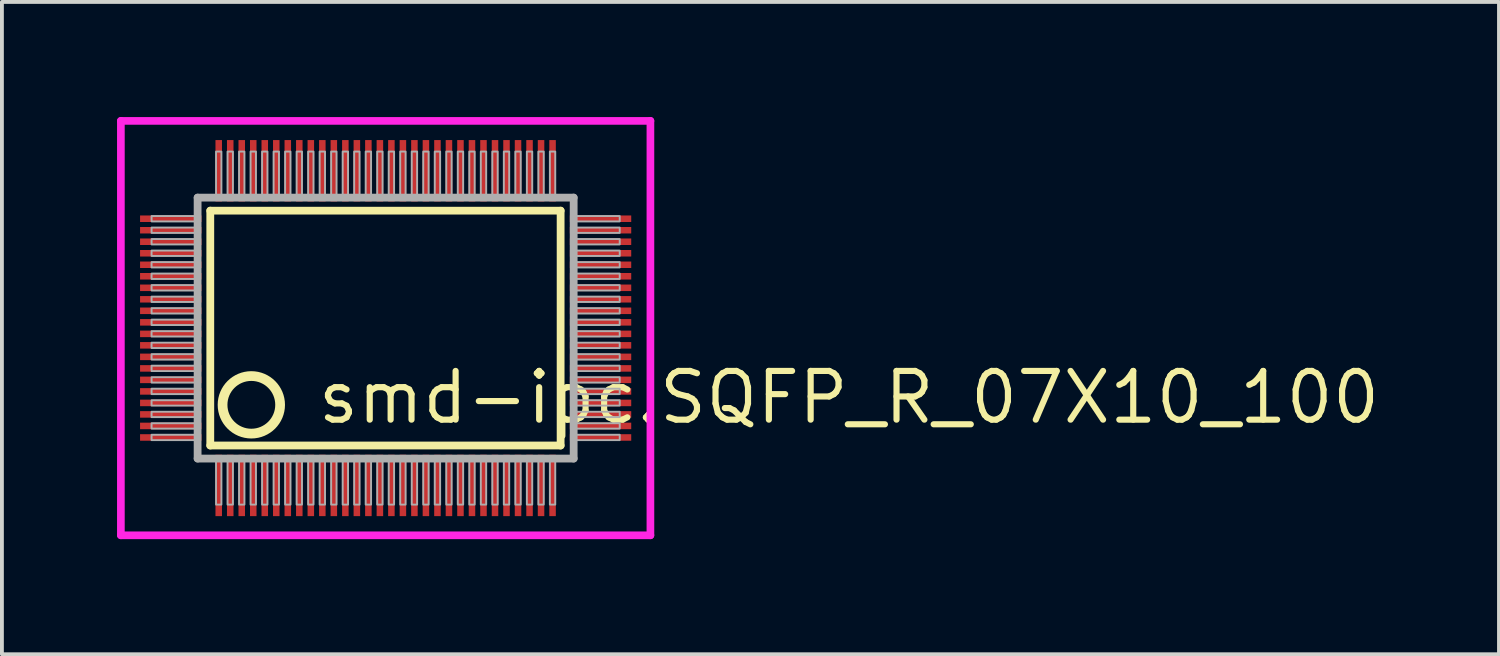
<source format=kicad_pcb>
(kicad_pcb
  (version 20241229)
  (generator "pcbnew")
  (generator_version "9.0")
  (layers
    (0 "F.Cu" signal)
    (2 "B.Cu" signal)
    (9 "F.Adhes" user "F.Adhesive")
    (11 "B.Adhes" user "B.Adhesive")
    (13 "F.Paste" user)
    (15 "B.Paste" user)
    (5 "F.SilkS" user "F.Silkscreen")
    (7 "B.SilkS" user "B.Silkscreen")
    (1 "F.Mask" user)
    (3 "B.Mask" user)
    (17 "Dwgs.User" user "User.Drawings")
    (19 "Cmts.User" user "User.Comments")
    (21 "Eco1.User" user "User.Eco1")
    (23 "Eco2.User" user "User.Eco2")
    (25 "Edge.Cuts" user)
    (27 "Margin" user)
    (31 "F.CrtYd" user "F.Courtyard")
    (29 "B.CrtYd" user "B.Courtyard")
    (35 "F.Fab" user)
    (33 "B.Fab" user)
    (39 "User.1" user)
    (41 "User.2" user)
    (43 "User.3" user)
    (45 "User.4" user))
  (footprint "smd-ipc.SQFP_R_07X10_100"
    (layer "F.Cu")
    (at 7 5.5)
    (property "Reference" "smd-ipc.SQFP_R_07X10_100" (at -1.85 2.55 0) (layer "F.SilkS") (effects (font (size 1.27 1.27) (thickness 0.16)) (justify left bottom)))
    (attr smd)
    (fp_line (start -4.57 -3.06) (end 4.56 -3.06) (stroke (width 0.203) (type default)) (layer "F.SilkS"))
    (fp_line (start -4.57 3.06) (end -4.57 -3.06) (stroke (width 0.203) (type default)) (layer "F.SilkS"))
    (fp_line (start 4.56 -3.06) (end 4.56 3.06) (stroke (width 0.203) (type default)) (layer "F.SilkS"))
    (fp_line (start 4.56 3.06) (end -4.57 3.06) (stroke (width 0.203) (type default)) (layer "F.SilkS"))
    (fp_circle (center -3.5 2) (end -2.75 2) (stroke (width 0.254) (type default)) (fill no) (layer "F.SilkS"))
    (fp_line (start -6.9 -5.4) (end 6.9 -5.4) (stroke (width 0.2) (type default)) (layer "F.CrtYd"))
    (fp_line (start -6.9 5.4) (end -6.9 -5.4) (stroke (width 0.2) (type default)) (layer "F.CrtYd"))
    (fp_line (start 6.9 -5.4) (end 6.9 5.4) (stroke (width 0.2) (type default)) (layer "F.CrtYd"))
    (fp_line (start 6.9 5.4) (end -6.9 5.4) (stroke (width 0.2) (type default)) (layer "F.CrtYd"))
    (fp_line (start -4.9 -3.4) (end -4.9 3.4) (stroke (width 0.203) (type default)) (layer "F.Fab"))
    (fp_line (start -4.9 3.4) (end 4.9 3.4) (stroke (width 0.203) (type default)) (layer "F.Fab"))
    (fp_line (start 4.9 -3.4) (end -4.9 -3.4) (stroke (width 0.203) (type default)) (layer "F.Fab"))
    (fp_line (start 4.9 3.4) (end 4.9 -3.4) (stroke (width 0.203) (type default)) (layer "F.Fab"))
    (fp_rect (start -6.1 -2.78) (end -4.95 -2.92) (stroke (width 0.05) (type default)) (fill no) (layer "F.Fab"))
    (fp_rect (start -6.1 -2.48) (end -4.95 -2.62) (stroke (width 0.05) (type default)) (fill no) (layer "F.Fab"))
    (fp_rect (start -6.1 -2.18) (end -4.95 -2.32) (stroke (width 0.05) (type default)) (fill no) (layer "F.Fab"))
    (fp_rect (start -6.1 -1.88) (end -4.95 -2.02) (stroke (width 0.05) (type default)) (fill no) (layer "F.Fab"))
    (fp_rect (start -6.1 -1.58) (end -4.95 -1.72) (stroke (width 0.05) (type default)) (fill no) (layer "F.Fab"))
    (fp_rect (start -6.1 -1.28) (end -4.95 -1.42) (stroke (width 0.05) (type default)) (fill no) (layer "F.Fab"))
    (fp_rect (start -6.1 -0.98) (end -4.95 -1.12) (stroke (width 0.05) (type default)) (fill no) (layer "F.Fab"))
    (fp_rect (start -6.1 -0.68) (end -4.95 -0.82) (stroke (width 0.05) (type default)) (fill no) (layer "F.Fab"))
    (fp_rect (start -6.1 -0.38) (end -4.95 -0.52) (stroke (width 0.05) (type default)) (fill no) (layer "F.Fab"))
    (fp_rect (start -6.1 -0.08) (end -4.95 -0.22) (stroke (width 0.05) (type default)) (fill no) (layer "F.Fab"))
    (fp_rect (start -6.1 0.22) (end -4.95 0.08) (stroke (width 0.05) (type default)) (fill no) (layer "F.Fab"))
    (fp_rect (start -6.1 0.52) (end -4.95 0.38) (stroke (width 0.05) (type default)) (fill no) (layer "F.Fab"))
    (fp_rect (start -6.1 0.82) (end -4.95 0.68) (stroke (width 0.05) (type default)) (fill no) (layer "F.Fab"))
    (fp_rect (start -6.1 1.12) (end -4.95 0.98) (stroke (width 0.05) (type default)) (fill no) (layer "F.Fab"))
    (fp_rect (start -6.1 1.42) (end -4.95 1.28) (stroke (width 0.05) (type default)) (fill no) (layer "F.Fab"))
    (fp_rect (start -6.1 1.72) (end -4.95 1.58) (stroke (width 0.05) (type default)) (fill no) (layer "F.Fab"))
    (fp_rect (start -6.1 2.02) (end -4.95 1.88) (stroke (width 0.05) (type default)) (fill no) (layer "F.Fab"))
    (fp_rect (start -6.1 2.32) (end -4.95 2.18) (stroke (width 0.05) (type default)) (fill no) (layer "F.Fab"))
    (fp_rect (start -6.1 2.62) (end -4.95 2.48) (stroke (width 0.05) (type default)) (fill no) (layer "F.Fab"))
    (fp_rect (start -6.1 2.92) (end -4.95 2.78) (stroke (width 0.05) (type default)) (fill no) (layer "F.Fab"))
    (fp_rect (start -4.42 -3.45) (end -4.28 -4.6) (stroke (width 0.05) (type default)) (fill no) (layer "F.Fab"))
    (fp_rect (start -4.42 4.6) (end -4.28 3.45) (stroke (width 0.05) (type default)) (fill no) (layer "F.Fab"))
    (fp_rect (start -4.12 -3.45) (end -3.98 -4.6) (stroke (width 0.05) (type default)) (fill no) (layer "F.Fab"))
    (fp_rect (start -4.12 4.6) (end -3.98 3.45) (stroke (width 0.05) (type default)) (fill no) (layer "F.Fab"))
    (fp_rect (start -3.82 -3.45) (end -3.68 -4.6) (stroke (width 0.05) (type default)) (fill no) (layer "F.Fab"))
    (fp_rect (start -3.82 4.6) (end -3.68 3.45) (stroke (width 0.05) (type default)) (fill no) (layer "F.Fab"))
    (fp_rect (start -3.52 -3.45) (end -3.38 -4.6) (stroke (width 0.05) (type default)) (fill no) (layer "F.Fab"))
    (fp_rect (start -3.52 4.6) (end -3.38 3.45) (stroke (width 0.05) (type default)) (fill no) (layer "F.Fab"))
    (fp_rect (start -3.22 -3.45) (end -3.08 -4.6) (stroke (width 0.05) (type default)) (fill no) (layer "F.Fab"))
    (fp_rect (start -3.22 4.6) (end -3.08 3.45) (stroke (width 0.05) (type default)) (fill no) (layer "F.Fab"))
    (fp_rect (start -2.92 -3.45) (end -2.78 -4.6) (stroke (width 0.05) (type default)) (fill no) (layer "F.Fab"))
    (fp_rect (start -2.92 4.6) (end -2.78 3.45) (stroke (width 0.05) (type default)) (fill no) (layer "F.Fab"))
    (fp_rect (start -2.62 -3.45) (end -2.48 -4.6) (stroke (width 0.05) (type default)) (fill no) (layer "F.Fab"))
    (fp_rect (start -2.62 4.6) (end -2.48 3.45) (stroke (width 0.05) (type default)) (fill no) (layer "F.Fab"))
    (fp_rect (start -2.32 -3.45) (end -2.18 -4.6) (stroke (width 0.05) (type default)) (fill no) (layer "F.Fab"))
    (fp_rect (start -2.32 4.6) (end -2.18 3.45) (stroke (width 0.05) (type default)) (fill no) (layer "F.Fab"))
    (fp_rect (start -2.02 -3.45) (end -1.88 -4.6) (stroke (width 0.05) (type default)) (fill no) (layer "F.Fab"))
    (fp_rect (start -2.02 4.6) (end -1.88 3.45) (stroke (width 0.05) (type default)) (fill no) (layer "F.Fab"))
    (fp_rect (start -1.72 -3.45) (end -1.58 -4.6) (stroke (width 0.05) (type default)) (fill no) (layer "F.Fab"))
    (fp_rect (start -1.72 4.6) (end -1.58 3.45) (stroke (width 0.05) (type default)) (fill no) (layer "F.Fab"))
    (fp_rect (start -1.42 -3.45) (end -1.28 -4.6) (stroke (width 0.05) (type default)) (fill no) (layer "F.Fab"))
    (fp_rect (start -1.42 4.6) (end -1.28 3.45) (stroke (width 0.05) (type default)) (fill no) (layer "F.Fab"))
    (fp_rect (start -1.12 -3.45) (end -0.98 -4.6) (stroke (width 0.05) (type default)) (fill no) (layer "F.Fab"))
    (fp_rect (start -1.12 4.6) (end -0.98 3.45) (stroke (width 0.05) (type default)) (fill no) (layer "F.Fab"))
    (fp_rect (start -0.82 -3.45) (end -0.68 -4.6) (stroke (width 0.05) (type default)) (fill no) (layer "F.Fab"))
    (fp_rect (start -0.82 4.6) (end -0.68 3.45) (stroke (width 0.05) (type default)) (fill no) (layer "F.Fab"))
    (fp_rect (start -0.52 -3.45) (end -0.38 -4.6) (stroke (width 0.05) (type default)) (fill no) (layer "F.Fab"))
    (fp_rect (start -0.52 4.6) (end -0.38 3.45) (stroke (width 0.05) (type default)) (fill no) (layer "F.Fab"))
    (fp_rect (start -0.22 -3.45) (end -0.08 -4.6) (stroke (width 0.05) (type default)) (fill no) (layer "F.Fab"))
    (fp_rect (start -0.22 4.6) (end -0.08 3.45) (stroke (width 0.05) (type default)) (fill no) (layer "F.Fab"))
    (fp_rect (start 0.08 -3.45) (end 0.22 -4.6) (stroke (width 0.05) (type default)) (fill no) (layer "F.Fab"))
    (fp_rect (start 0.08 4.6) (end 0.22 3.45) (stroke (width 0.05) (type default)) (fill no) (layer "F.Fab"))
    (fp_rect (start 0.38 -3.45) (end 0.52 -4.6) (stroke (width 0.05) (type default)) (fill no) (layer "F.Fab"))
    (fp_rect (start 0.38 4.6) (end 0.52 3.45) (stroke (width 0.05) (type default)) (fill no) (layer "F.Fab"))
    (fp_rect (start 0.68 -3.45) (end 0.82 -4.6) (stroke (width 0.05) (type default)) (fill no) (layer "F.Fab"))
    (fp_rect (start 0.68 4.6) (end 0.82 3.45) (stroke (width 0.05) (type default)) (fill no) (layer "F.Fab"))
    (fp_rect (start 0.98 -3.45) (end 1.12 -4.6) (stroke (width 0.05) (type default)) (fill no) (layer "F.Fab"))
    (fp_rect (start 0.98 4.6) (end 1.12 3.45) (stroke (width 0.05) (type default)) (fill no) (layer "F.Fab"))
    (fp_rect (start 1.28 -3.45) (end 1.42 -4.6) (stroke (width 0.05) (type default)) (fill no) (layer "F.Fab"))
    (fp_rect (start 1.28 4.6) (end 1.42 3.45) (stroke (width 0.05) (type default)) (fill no) (layer "F.Fab"))
    (fp_rect (start 1.58 -3.45) (end 1.72 -4.6) (stroke (width 0.05) (type default)) (fill no) (layer "F.Fab"))
    (fp_rect (start 1.58 4.6) (end 1.72 3.45) (stroke (width 0.05) (type default)) (fill no) (layer "F.Fab"))
    (fp_rect (start 1.88 -3.45) (end 2.02 -4.6) (stroke (width 0.05) (type default)) (fill no) (layer "F.Fab"))
    (fp_rect (start 1.88 4.6) (end 2.02 3.45) (stroke (width 0.05) (type default)) (fill no) (layer "F.Fab"))
    (fp_rect (start 2.18 -3.45) (end 2.32 -4.6) (stroke (width 0.05) (type default)) (fill no) (layer "F.Fab"))
    (fp_rect (start 2.18 4.6) (end 2.32 3.45) (stroke (width 0.05) (type default)) (fill no) (layer "F.Fab"))
    (fp_rect (start 2.48 -3.45) (end 2.62 -4.6) (stroke (width 0.05) (type default)) (fill no) (layer "F.Fab"))
    (fp_rect (start 2.48 4.6) (end 2.62 3.45) (stroke (width 0.05) (type default)) (fill no) (layer "F.Fab"))
    (fp_rect (start 2.78 -3.45) (end 2.92 -4.6) (stroke (width 0.05) (type default)) (fill no) (layer "F.Fab"))
    (fp_rect (start 2.78 4.6) (end 2.92 3.45) (stroke (width 0.05) (type default)) (fill no) (layer "F.Fab"))
    (fp_rect (start 3.08 -3.45) (end 3.22 -4.6) (stroke (width 0.05) (type default)) (fill no) (layer "F.Fab"))
    (fp_rect (start 3.08 4.6) (end 3.22 3.45) (stroke (width 0.05) (type default)) (fill no) (layer "F.Fab"))
    (fp_rect (start 3.38 -3.45) (end 3.52 -4.6) (stroke (width 0.05) (type default)) (fill no) (layer "F.Fab"))
    (fp_rect (start 3.38 4.6) (end 3.52 3.45) (stroke (width 0.05) (type default)) (fill no) (layer "F.Fab"))
    (fp_rect (start 3.68 -3.45) (end 3.82 -4.6) (stroke (width 0.05) (type default)) (fill no) (layer "F.Fab"))
    (fp_rect (start 3.68 4.6) (end 3.82 3.45) (stroke (width 0.05) (type default)) (fill no) (layer "F.Fab"))
    (fp_rect (start 3.98 -3.45) (end 4.12 -4.6) (stroke (width 0.05) (type default)) (fill no) (layer "F.Fab"))
    (fp_rect (start 3.98 4.6) (end 4.12 3.45) (stroke (width 0.05) (type default)) (fill no) (layer "F.Fab"))
    (fp_rect (start 4.28 -3.45) (end 4.42 -4.6) (stroke (width 0.05) (type default)) (fill no) (layer "F.Fab"))
    (fp_rect (start 4.28 4.6) (end 4.42 3.45) (stroke (width 0.05) (type default)) (fill no) (layer "F.Fab"))
    (fp_rect (start 4.95 -2.78) (end 6.1 -2.92) (stroke (width 0.05) (type default)) (fill no) (layer "F.Fab"))
    (fp_rect (start 4.95 -2.48) (end 6.1 -2.62) (stroke (width 0.05) (type default)) (fill no) (layer "F.Fab"))
    (fp_rect (start 4.95 -2.18) (end 6.1 -2.32) (stroke (width 0.05) (type default)) (fill no) (layer "F.Fab"))
    (fp_rect (start 4.95 -1.88) (end 6.1 -2.02) (stroke (width 0.05) (type default)) (fill no) (layer "F.Fab"))
    (fp_rect (start 4.95 -1.58) (end 6.1 -1.72) (stroke (width 0.05) (type default)) (fill no) (layer "F.Fab"))
    (fp_rect (start 4.95 -1.28) (end 6.1 -1.42) (stroke (width 0.05) (type default)) (fill no) (layer "F.Fab"))
    (fp_rect (start 4.95 -0.98) (end 6.1 -1.12) (stroke (width 0.05) (type default)) (fill no) (layer "F.Fab"))
    (fp_rect (start 4.95 -0.68) (end 6.1 -0.82) (stroke (width 0.05) (type default)) (fill no) (layer "F.Fab"))
    (fp_rect (start 4.95 -0.38) (end 6.1 -0.52) (stroke (width 0.05) (type default)) (fill no) (layer "F.Fab"))
    (fp_rect (start 4.95 -0.08) (end 6.1 -0.22) (stroke (width 0.05) (type default)) (fill no) (layer "F.Fab"))
    (fp_rect (start 4.95 0.22) (end 6.1 0.08) (stroke (width 0.05) (type default)) (fill no) (layer "F.Fab"))
    (fp_rect (start 4.95 0.52) (end 6.1 0.38) (stroke (width 0.05) (type default)) (fill no) (layer "F.Fab"))
    (fp_rect (start 4.95 0.82) (end 6.1 0.68) (stroke (width 0.05) (type default)) (fill no) (layer "F.Fab"))
    (fp_rect (start 4.95 1.12) (end 6.1 0.98) (stroke (width 0.05) (type default)) (fill no) (layer "F.Fab"))
    (fp_rect (start 4.95 1.42) (end 6.1 1.28) (stroke (width 0.05) (type default)) (fill no) (layer "F.Fab"))
    (fp_rect (start 4.95 1.72) (end 6.1 1.58) (stroke (width 0.05) (type default)) (fill no) (layer "F.Fab"))
    (fp_rect (start 4.95 2.02) (end 6.1 1.88) (stroke (width 0.05) (type default)) (fill no) (layer "F.Fab"))
    (fp_rect (start 4.95 2.32) (end 6.1 2.18) (stroke (width 0.05) (type default)) (fill no) (layer "F.Fab"))
    (fp_rect (start 4.95 2.62) (end 6.1 2.48) (stroke (width 0.05) (type default)) (fill no) (layer "F.Fab"))
    (fp_rect (start 4.95 2.92) (end 6.1 2.78) (stroke (width 0.05) (type default)) (fill no) (layer "F.Fab"))
    (pad "1" smd roundrect (at -4.35 4.1) (size 0.17 1.6) (layers "F.Cu" "F.Mask" "F.Paste") (roundrect_rratio 0.01))
    (pad "2" smd roundrect (at -4.05 4.1) (size 0.17 1.6) (layers "F.Cu" "F.Mask" "F.Paste") (roundrect_rratio 0.01))
    (pad "3" smd roundrect (at -3.75 4.1) (size 0.17 1.6) (layers "F.Cu" "F.Mask" "F.Paste") (roundrect_rratio 0.01))
    (pad "4" smd roundrect (at -3.45 4.1) (size 0.17 1.6) (layers "F.Cu" "F.Mask" "F.Paste") (roundrect_rratio 0.01))
    (pad "5" smd roundrect (at -3.15 4.1) (size 0.17 1.6) (layers "F.Cu" "F.Mask" "F.Paste") (roundrect_rratio 0.01))
    (pad "6" smd roundrect (at -2.85 4.1) (size 0.17 1.6) (layers "F.Cu" "F.Mask" "F.Paste") (roundrect_rratio 0.01))
    (pad "7" smd roundrect (at -2.55 4.1) (size 0.17 1.6) (layers "F.Cu" "F.Mask" "F.Paste") (roundrect_rratio 0.01))
    (pad "8" smd roundrect (at -2.25 4.1) (size 0.17 1.6) (layers "F.Cu" "F.Mask" "F.Paste") (roundrect_rratio 0.01))
    (pad "9" smd roundrect (at -1.95 4.1) (size 0.17 1.6) (layers "F.Cu" "F.Mask" "F.Paste") (roundrect_rratio 0.01))
    (pad "10" smd roundrect (at -1.65 4.1) (size 0.17 1.6) (layers "F.Cu" "F.Mask" "F.Paste") (roundrect_rratio 0.01))
    (pad "11" smd roundrect (at -1.35 4.1) (size 0.17 1.6) (layers "F.Cu" "F.Mask" "F.Paste") (roundrect_rratio 0.01))
    (pad "12" smd roundrect (at -1.05 4.1) (size 0.17 1.6) (layers "F.Cu" "F.Mask" "F.Paste") (roundrect_rratio 0.01))
    (pad "13" smd roundrect (at -0.75 4.1) (size 0.17 1.6) (layers "F.Cu" "F.Mask" "F.Paste") (roundrect_rratio 0.01))
    (pad "14" smd roundrect (at -0.45 4.1) (size 0.17 1.6) (layers "F.Cu" "F.Mask" "F.Paste") (roundrect_rratio 0.01))
    (pad "15" smd roundrect (at -0.15 4.1) (size 0.17 1.6) (layers "F.Cu" "F.Mask" "F.Paste") (roundrect_rratio 0.01))
    (pad "16" smd roundrect (at 0.15 4.1) (size 0.17 1.6) (layers "F.Cu" "F.Mask" "F.Paste") (roundrect_rratio 0.01))
    (pad "17" smd roundrect (at 0.45 4.1) (size 0.17 1.6) (layers "F.Cu" "F.Mask" "F.Paste") (roundrect_rratio 0.01))
    (pad "18" smd roundrect (at 0.75 4.1) (size 0.17 1.6) (layers "F.Cu" "F.Mask" "F.Paste") (roundrect_rratio 0.01))
    (pad "19" smd roundrect (at 1.05 4.1) (size 0.17 1.6) (layers "F.Cu" "F.Mask" "F.Paste") (roundrect_rratio 0.01))
    (pad "20" smd roundrect (at 1.35 4.1) (size 0.17 1.6) (layers "F.Cu" "F.Mask" "F.Paste") (roundrect_rratio 0.01))
    (pad "21" smd roundrect (at 1.65 4.1) (size 0.17 1.6) (layers "F.Cu" "F.Mask" "F.Paste") (roundrect_rratio 0.01))
    (pad "22" smd roundrect (at 1.95 4.1) (size 0.17 1.6) (layers "F.Cu" "F.Mask" "F.Paste") (roundrect_rratio 0.01))
    (pad "23" smd roundrect (at 2.25 4.1) (size 0.17 1.6) (layers "F.Cu" "F.Mask" "F.Paste") (roundrect_rratio 0.01))
    (pad "24" smd roundrect (at 2.55 4.1) (size 0.17 1.6) (layers "F.Cu" "F.Mask" "F.Paste") (roundrect_rratio 0.01))
    (pad "25" smd roundrect (at 2.85 4.1) (size 0.17 1.6) (layers "F.Cu" "F.Mask" "F.Paste") (roundrect_rratio 0.01))
    (pad "26" smd roundrect (at 3.15 4.1) (size 0.17 1.6) (layers "F.Cu" "F.Mask" "F.Paste") (roundrect_rratio 0.01))
    (pad "27" smd roundrect (at 3.45 4.1) (size 0.17 1.6) (layers "F.Cu" "F.Mask" "F.Paste") (roundrect_rratio 0.01))
    (pad "28" smd roundrect (at 3.75 4.1) (size 0.17 1.6) (layers "F.Cu" "F.Mask" "F.Paste") (roundrect_rratio 0.01))
    (pad "29" smd roundrect (at 4.05 4.1) (size 0.17 1.6) (layers "F.Cu" "F.Mask" "F.Paste") (roundrect_rratio 0.01))
    (pad "30" smd roundrect (at 4.35 4.1) (size 0.17 1.6) (layers "F.Cu" "F.Mask" "F.Paste") (roundrect_rratio 0.01))
    (pad "31" smd roundrect (at 5.6 2.85) (size 1.6 0.17) (layers "F.Cu" "F.Mask" "F.Paste") (roundrect_rratio 0.01))
    (pad "32" smd roundrect (at 5.6 2.55) (size 1.6 0.17) (layers "F.Cu" "F.Mask" "F.Paste") (roundrect_rratio 0.01))
    (pad "33" smd roundrect (at 5.6 2.25) (size 1.6 0.17) (layers "F.Cu" "F.Mask" "F.Paste") (roundrect_rratio 0.01))
    (pad "34" smd roundrect (at 5.6 1.95) (size 1.6 0.17) (layers "F.Cu" "F.Mask" "F.Paste") (roundrect_rratio 0.01))
    (pad "35" smd roundrect (at 5.6 1.65) (size 1.6 0.17) (layers "F.Cu" "F.Mask" "F.Paste") (roundrect_rratio 0.01))
    (pad "36" smd roundrect (at 5.6 1.35) (size 1.6 0.17) (layers "F.Cu" "F.Mask" "F.Paste") (roundrect_rratio 0.01))
    (pad "37" smd roundrect (at 5.6 1.05) (size 1.6 0.17) (layers "F.Cu" "F.Mask" "F.Paste") (roundrect_rratio 0.01))
    (pad "38" smd roundrect (at 5.6 0.75) (size 1.6 0.17) (layers "F.Cu" "F.Mask" "F.Paste") (roundrect_rratio 0.01))
    (pad "39" smd roundrect (at 5.6 0.45) (size 1.6 0.17) (layers "F.Cu" "F.Mask" "F.Paste") (roundrect_rratio 0.01))
    (pad "40" smd roundrect (at 5.6 0.15) (size 1.6 0.17) (layers "F.Cu" "F.Mask" "F.Paste") (roundrect_rratio 0.01))
    (pad "41" smd roundrect (at 5.6 -0.15) (size 1.6 0.17) (layers "F.Cu" "F.Mask" "F.Paste") (roundrect_rratio 0.01))
    (pad "42" smd roundrect (at 5.6 -0.45) (size 1.6 0.17) (layers "F.Cu" "F.Mask" "F.Paste") (roundrect_rratio 0.01))
    (pad "43" smd roundrect (at 5.6 -0.75) (size 1.6 0.17) (layers "F.Cu" "F.Mask" "F.Paste") (roundrect_rratio 0.01))
    (pad "44" smd roundrect (at 5.6 -1.05) (size 1.6 0.17) (layers "F.Cu" "F.Mask" "F.Paste") (roundrect_rratio 0.01))
    (pad "45" smd roundrect (at 5.6 -1.35) (size 1.6 0.17) (layers "F.Cu" "F.Mask" "F.Paste") (roundrect_rratio 0.01))
    (pad "46" smd roundrect (at 5.6 -1.65) (size 1.6 0.17) (layers "F.Cu" "F.Mask" "F.Paste") (roundrect_rratio 0.01))
    (pad "47" smd roundrect (at 5.6 -1.95) (size 1.6 0.17) (layers "F.Cu" "F.Mask" "F.Paste") (roundrect_rratio 0.01))
    (pad "48" smd roundrect (at 5.6 -2.25) (size 1.6 0.17) (layers "F.Cu" "F.Mask" "F.Paste") (roundrect_rratio 0.01))
    (pad "49" smd roundrect (at 5.6 -2.55) (size 1.6 0.17) (layers "F.Cu" "F.Mask" "F.Paste") (roundrect_rratio 0.01))
    (pad "50" smd roundrect (at 5.6 -2.85) (size 1.6 0.17) (layers "F.Cu" "F.Mask" "F.Paste") (roundrect_rratio 0.01))
    (pad "51" smd roundrect (at 4.35 -4.1) (size 0.17 1.6) (layers "F.Cu" "F.Mask" "F.Paste") (roundrect_rratio 0.01))
    (pad "52" smd roundrect (at 4.05 -4.1) (size 0.17 1.6) (layers "F.Cu" "F.Mask" "F.Paste") (roundrect_rratio 0.01))
    (pad "53" smd roundrect (at 3.75 -4.1) (size 0.17 1.6) (layers "F.Cu" "F.Mask" "F.Paste") (roundrect_rratio 0.01))
    (pad "54" smd roundrect (at 3.45 -4.1) (size 0.17 1.6) (layers "F.Cu" "F.Mask" "F.Paste") (roundrect_rratio 0.01))
    (pad "55" smd roundrect (at 3.15 -4.1) (size 0.17 1.6) (layers "F.Cu" "F.Mask" "F.Paste") (roundrect_rratio 0.01))
    (pad "56" smd roundrect (at 2.85 -4.1) (size 0.17 1.6) (layers "F.Cu" "F.Mask" "F.Paste") (roundrect_rratio 0.01))
    (pad "57" smd roundrect (at 2.55 -4.1) (size 0.17 1.6) (layers "F.Cu" "F.Mask" "F.Paste") (roundrect_rratio 0.01))
    (pad "58" smd roundrect (at 2.25 -4.1) (size 0.17 1.6) (layers "F.Cu" "F.Mask" "F.Paste") (roundrect_rratio 0.01))
    (pad "59" smd roundrect (at 1.95 -4.1) (size 0.17 1.6) (layers "F.Cu" "F.Mask" "F.Paste") (roundrect_rratio 0.01))
    (pad "60" smd roundrect (at 1.65 -4.1) (size 0.17 1.6) (layers "F.Cu" "F.Mask" "F.Paste") (roundrect_rratio 0.01))
    (pad "61" smd roundrect (at 1.35 -4.1) (size 0.17 1.6) (layers "F.Cu" "F.Mask" "F.Paste") (roundrect_rratio 0.01))
    (pad "62" smd roundrect (at 1.05 -4.1) (size 0.17 1.6) (layers "F.Cu" "F.Mask" "F.Paste") (roundrect_rratio 0.01))
    (pad "63" smd roundrect (at 0.75 -4.1) (size 0.17 1.6) (layers "F.Cu" "F.Mask" "F.Paste") (roundrect_rratio 0.01))
    (pad "64" smd roundrect (at 0.45 -4.1) (size 0.17 1.6) (layers "F.Cu" "F.Mask" "F.Paste") (roundrect_rratio 0.01))
    (pad "65" smd roundrect (at 0.15 -4.1) (size 0.17 1.6) (layers "F.Cu" "F.Mask" "F.Paste") (roundrect_rratio 0.01))
    (pad "66" smd roundrect (at -0.15 -4.1) (size 0.17 1.6) (layers "F.Cu" "F.Mask" "F.Paste") (roundrect_rratio 0.01))
    (pad "67" smd roundrect (at -0.45 -4.1) (size 0.17 1.6) (layers "F.Cu" "F.Mask" "F.Paste") (roundrect_rratio 0.01))
    (pad "68" smd roundrect (at -0.75 -4.1) (size 0.17 1.6) (layers "F.Cu" "F.Mask" "F.Paste") (roundrect_rratio 0.01))
    (pad "69" smd roundrect (at -1.05 -4.1) (size 0.17 1.6) (layers "F.Cu" "F.Mask" "F.Paste") (roundrect_rratio 0.01))
    (pad "70" smd roundrect (at -1.35 -4.1) (size 0.17 1.6) (layers "F.Cu" "F.Mask" "F.Paste") (roundrect_rratio 0.01))
    (pad "71" smd roundrect (at -1.65 -4.1) (size 0.17 1.6) (layers "F.Cu" "F.Mask" "F.Paste") (roundrect_rratio 0.01))
    (pad "72" smd roundrect (at -1.95 -4.1) (size 0.17 1.6) (layers "F.Cu" "F.Mask" "F.Paste") (roundrect_rratio 0.01))
    (pad "73" smd roundrect (at -2.25 -4.1) (size 0.17 1.6) (layers "F.Cu" "F.Mask" "F.Paste") (roundrect_rratio 0.01))
    (pad "74" smd roundrect (at -2.55 -4.1) (size 0.17 1.6) (layers "F.Cu" "F.Mask" "F.Paste") (roundrect_rratio 0.01))
    (pad "75" smd roundrect (at -2.85 -4.1) (size 0.17 1.6) (layers "F.Cu" "F.Mask" "F.Paste") (roundrect_rratio 0.01))
    (pad "76" smd roundrect (at -3.15 -4.1) (size 0.17 1.6) (layers "F.Cu" "F.Mask" "F.Paste") (roundrect_rratio 0.01))
    (pad "77" smd roundrect (at -3.45 -4.1) (size 0.17 1.6) (layers "F.Cu" "F.Mask" "F.Paste") (roundrect_rratio 0.01))
    (pad "78" smd roundrect (at -3.75 -4.1) (size 0.17 1.6) (layers "F.Cu" "F.Mask" "F.Paste") (roundrect_rratio 0.01))
    (pad "79" smd roundrect (at -4.05 -4.1) (size 0.17 1.6) (layers "F.Cu" "F.Mask" "F.Paste") (roundrect_rratio 0.01))
    (pad "80" smd roundrect (at -4.35 -4.1) (size 0.17 1.6) (layers "F.Cu" "F.Mask" "F.Paste") (roundrect_rratio 0.01))
    (pad "81" smd roundrect (at -5.6 -2.85) (size 1.6 0.17) (layers "F.Cu" "F.Mask" "F.Paste") (roundrect_rratio 0.01))
    (pad "82" smd roundrect (at -5.6 -2.55) (size 1.6 0.17) (layers "F.Cu" "F.Mask" "F.Paste") (roundrect_rratio 0.01))
    (pad "83" smd roundrect (at -5.6 -2.25) (size 1.6 0.17) (layers "F.Cu" "F.Mask" "F.Paste") (roundrect_rratio 0.01))
    (pad "84" smd roundrect (at -5.6 -1.95) (size 1.6 0.17) (layers "F.Cu" "F.Mask" "F.Paste") (roundrect_rratio 0.01))
    (pad "85" smd roundrect (at -5.6 -1.65) (size 1.6 0.17) (layers "F.Cu" "F.Mask" "F.Paste") (roundrect_rratio 0.01))
    (pad "86" smd roundrect (at -5.6 -1.35) (size 1.6 0.17) (layers "F.Cu" "F.Mask" "F.Paste") (roundrect_rratio 0.01))
    (pad "87" smd roundrect (at -5.6 -1.05) (size 1.6 0.17) (layers "F.Cu" "F.Mask" "F.Paste") (roundrect_rratio 0.01))
    (pad "88" smd roundrect (at -5.6 -0.75) (size 1.6 0.17) (layers "F.Cu" "F.Mask" "F.Paste") (roundrect_rratio 0.01))
    (pad "89" smd roundrect (at -5.6 -0.45) (size 1.6 0.17) (layers "F.Cu" "F.Mask" "F.Paste") (roundrect_rratio 0.01))
    (pad "90" smd roundrect (at -5.6 -0.15) (size 1.6 0.17) (layers "F.Cu" "F.Mask" "F.Paste") (roundrect_rratio 0.01))
    (pad "91" smd roundrect (at -5.6 0.15) (size 1.6 0.17) (layers "F.Cu" "F.Mask" "F.Paste") (roundrect_rratio 0.01))
    (pad "92" smd roundrect (at -5.6 0.45) (size 1.6 0.17) (layers "F.Cu" "F.Mask" "F.Paste") (roundrect_rratio 0.01))
    (pad "93" smd roundrect (at -5.6 0.75) (size 1.6 0.17) (layers "F.Cu" "F.Mask" "F.Paste") (roundrect_rratio 0.01))
    (pad "94" smd roundrect (at -5.6 1.05) (size 1.6 0.17) (layers "F.Cu" "F.Mask" "F.Paste") (roundrect_rratio 0.01))
    (pad "95" smd roundrect (at -5.6 1.35) (size 1.6 0.17) (layers "F.Cu" "F.Mask" "F.Paste") (roundrect_rratio 0.01))
    (pad "96" smd roundrect (at -5.6 1.65) (size 1.6 0.17) (layers "F.Cu" "F.Mask" "F.Paste") (roundrect_rratio 0.01))
    (pad "97" smd roundrect (at -5.6 1.95) (size 1.6 0.17) (layers "F.Cu" "F.Mask" "F.Paste") (roundrect_rratio 0.01))
    (pad "98" smd roundrect (at -5.6 2.25) (size 1.6 0.17) (layers "F.Cu" "F.Mask" "F.Paste") (roundrect_rratio 0.01))
    (pad "99" smd roundrect (at -5.6 2.55) (size 1.6 0.17) (layers "F.Cu" "F.Mask" "F.Paste") (roundrect_rratio 0.01))
    (pad "100" smd roundrect (at -5.6 2.85) (size 1.6 0.17) (layers "F.Cu" "F.Mask" "F.Paste") (roundrect_rratio 0.01)))
  (gr_rect
    (start -3 -3)
    (end 36.014 14)
    (stroke (width 0.1) (type default))
    (fill no)
    (layer "Edge.Cuts")))
</source>
